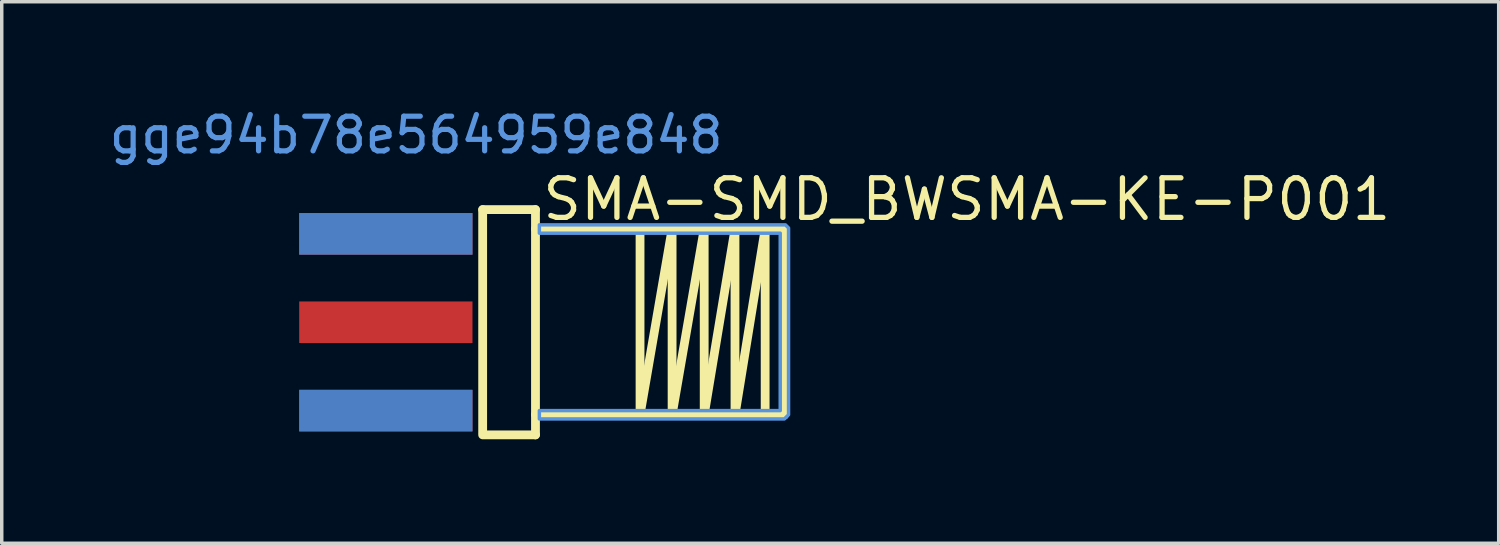
<source format=kicad_pcb>
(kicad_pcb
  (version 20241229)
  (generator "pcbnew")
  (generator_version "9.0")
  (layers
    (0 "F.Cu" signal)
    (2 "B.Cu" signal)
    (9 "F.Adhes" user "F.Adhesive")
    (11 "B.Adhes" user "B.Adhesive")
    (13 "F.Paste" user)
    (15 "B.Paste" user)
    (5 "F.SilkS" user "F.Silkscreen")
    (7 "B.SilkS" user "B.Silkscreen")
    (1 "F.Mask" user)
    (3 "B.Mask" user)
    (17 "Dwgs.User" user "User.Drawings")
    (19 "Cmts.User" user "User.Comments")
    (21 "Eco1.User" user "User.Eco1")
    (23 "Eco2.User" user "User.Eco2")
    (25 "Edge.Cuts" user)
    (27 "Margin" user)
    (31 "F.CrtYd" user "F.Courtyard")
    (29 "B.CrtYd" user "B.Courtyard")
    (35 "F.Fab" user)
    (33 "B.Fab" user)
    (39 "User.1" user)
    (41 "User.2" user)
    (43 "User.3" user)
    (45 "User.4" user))
  (footprint "SMA-SMD_BWSMA-KE-P001"
    (layer "F.Cu")
    (at 8.083 6.248)
    (property "Reference" "SMA-SMD_BWSMA-KE-P001" (at 4.445 -3.546 0) (layer "F.SilkS") (effects (font (size 1.143 1.143) (thickness 0.152)) (justify left)))
    (attr smd)
    (fp_line (start 2.794 -3.25) (end 2.794 3.175) (stroke (width 0.254) (type solid)) (layer "F.SilkS"))
    (fp_line (start 4.318 -3.25) (end 2.794 -3.25) (stroke (width 0.254) (type solid)) (layer "F.SilkS"))
    (fp_line (start 4.318 -3.25) (end 4.318 3.25) (stroke (width 0.254) (type solid)) (layer "F.SilkS"))
    (fp_line (start 4.318 3.25) (end 2.794 3.25) (stroke (width 0.254) (type solid)) (layer "F.SilkS"))
    (fp_line (start 7.335 -2.689) (end 7.335 2.667) (stroke (width 0.254) (type solid)) (layer "F.SilkS"))
    (fp_line (start 7.335 2.667) (end 8.26 -2.689) (stroke (width 0.254) (type solid)) (layer "F.SilkS"))
    (fp_line (start 8.26 -2.689) (end 8.26 2.667) (stroke (width 0.254) (type solid)) (layer "F.SilkS"))
    (fp_line (start 8.26 2.667) (end 9.186 -2.689) (stroke (width 0.254) (type solid)) (layer "F.SilkS"))
    (fp_line (start 9.186 -2.689) (end 9.186 2.667) (stroke (width 0.254) (type solid)) (layer "F.SilkS"))
    (fp_line (start 9.186 2.667) (end 10.075 -2.689) (stroke (width 0.254) (type solid)) (layer "F.SilkS"))
    (fp_line (start 10.075 -2.689) (end 10.075 2.667) (stroke (width 0.254) (type solid)) (layer "F.SilkS"))
    (fp_line (start 10.075 2.667) (end 10.945 -2.689) (stroke (width 0.254) (type solid)) (layer "F.SilkS"))
    (fp_line (start 10.945 -2.689) (end 4.318 -2.689) (stroke (width 0.254) (type solid)) (layer "F.SilkS"))
    (fp_line (start 10.945 -2.689) (end 10.945 2.667) (stroke (width 0.254) (type solid)) (layer "F.SilkS"))
    (fp_line (start 10.945 -2.689) (end 11.489 -2.689) (stroke (width 0.254) (type solid)) (layer "F.SilkS"))
    (fp_line (start 10.945 2.667) (end 4.318 2.667) (stroke (width 0.254) (type solid)) (layer "F.SilkS"))
    (fp_line (start 10.945 2.667) (end 11.5 2.667) (stroke (width 0.254) (type solid)) (layer "F.SilkS"))
    (fp_line (start 11.489 -2.689) (end 11.5 -2.7) (stroke (width 0.254) (type solid)) (layer "F.SilkS"))
    (fp_line (start 11.5 -2.7) (end 11.5 2.68) (stroke (width 0.254) (type solid)) (layer "F.SilkS"))
    (fp_poly (pts (xy 4.43 -2.81) (xy 4.43 -2.57) (xy 11.38 -2.57) (xy 11.38 2.55) (xy 4.43 2.55) (xy 4.43 2.79) (xy 11.5 2.79) (xy 11.62 2.67) (xy 11.62 -2.72) (xy 11.53 -2.81)) (stroke (width 0.1) (type solid)) (fill no) (layer "Cmts.User"))
    (fp_text user "gge94b78e564959e848" (at 0.875 -5.4 0) (layer "Cmts.User") (effects (font (size 1 1) (thickness 0.15))))
    (pad "1" smd rect (at 0 2.55) (size 5 1.2) (layers "F.Cu" "F.Mask" "F.Paste"))
    (pad "2" smd rect (at 0 -2.55) (size 5 1.2) (layers "F.Cu" "F.Mask" "F.Paste"))
    (pad "3" smd rect (at 0 -2.55) (size 5 1.2) (layers "B.Cu" "B.Mask" "B.Paste"))
    (pad "4" smd rect (at 0 2.55) (size 5 1.2) (layers "B.Cu" "B.Mask" "B.Paste"))
    (pad "5" smd rect (at 0 0) (size 5 1.2) (layers "F.Cu" "F.Mask" "F.Paste")))
  (gr_rect
    (start -3 -3)
    (end 40.194 12.625)
    (stroke (width 0.1) (type default))
    (fill no)
    (layer "Edge.Cuts")))
</source>
